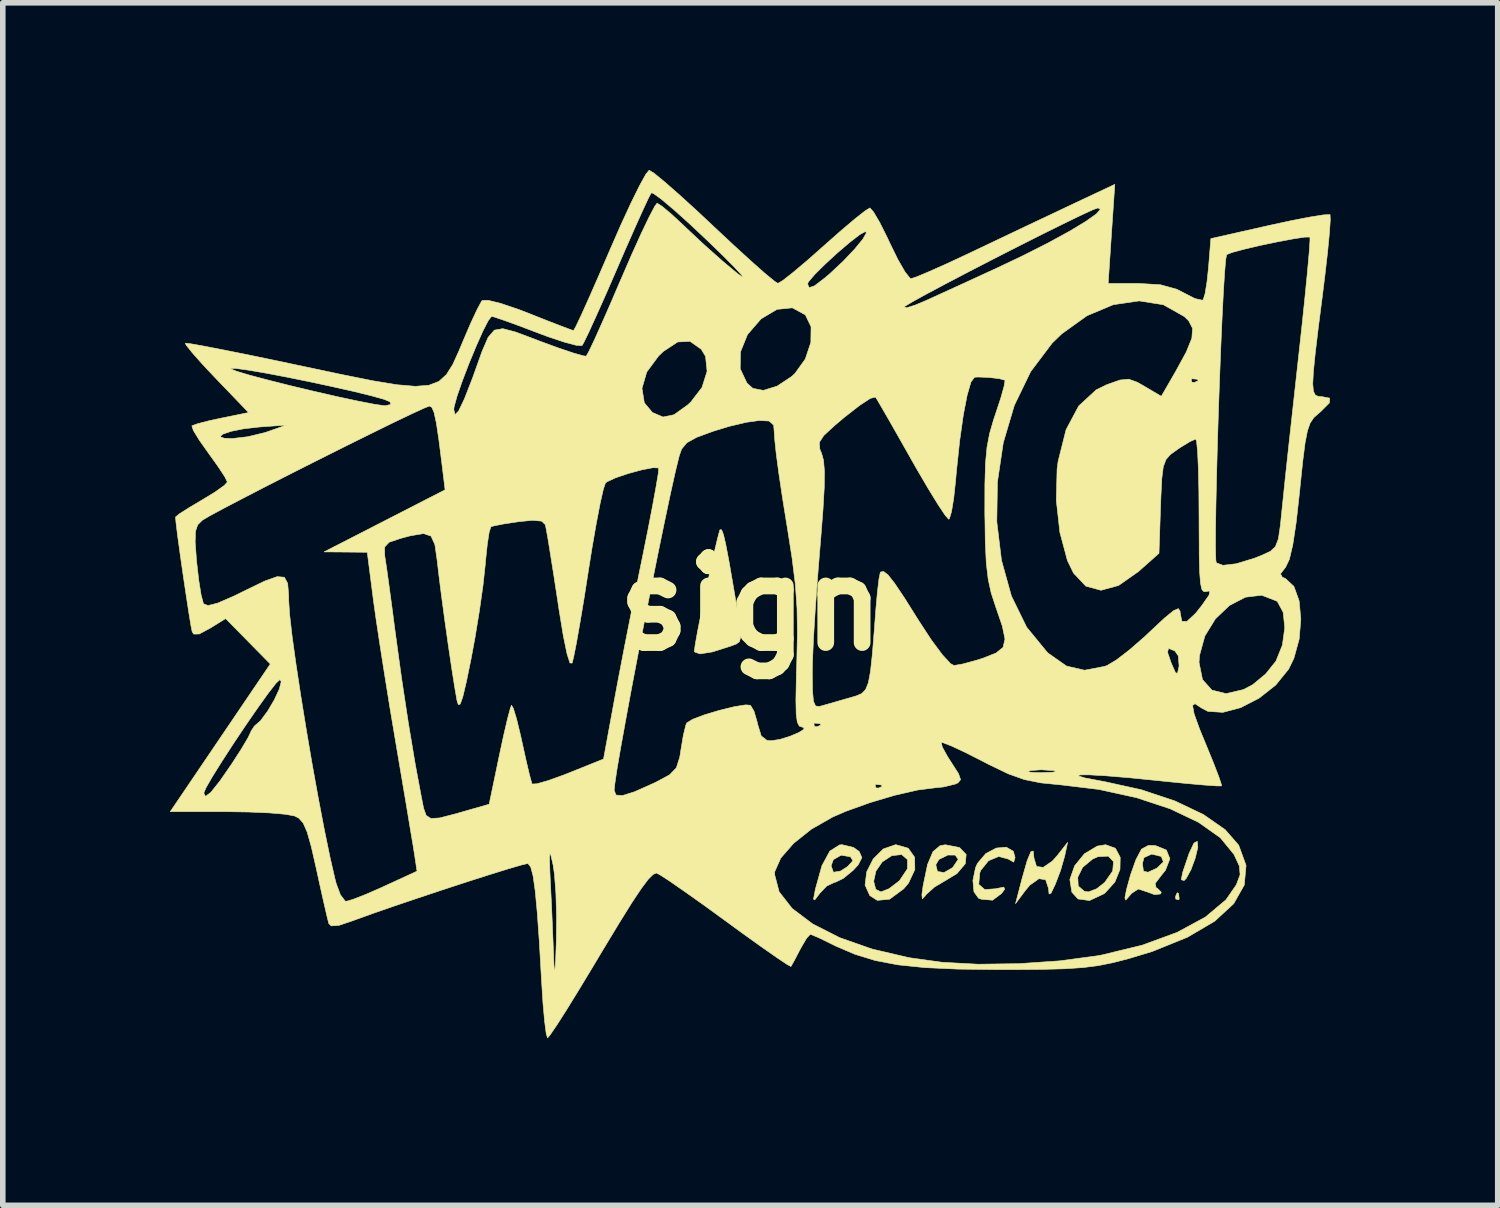
<source format=kicad_pcb>
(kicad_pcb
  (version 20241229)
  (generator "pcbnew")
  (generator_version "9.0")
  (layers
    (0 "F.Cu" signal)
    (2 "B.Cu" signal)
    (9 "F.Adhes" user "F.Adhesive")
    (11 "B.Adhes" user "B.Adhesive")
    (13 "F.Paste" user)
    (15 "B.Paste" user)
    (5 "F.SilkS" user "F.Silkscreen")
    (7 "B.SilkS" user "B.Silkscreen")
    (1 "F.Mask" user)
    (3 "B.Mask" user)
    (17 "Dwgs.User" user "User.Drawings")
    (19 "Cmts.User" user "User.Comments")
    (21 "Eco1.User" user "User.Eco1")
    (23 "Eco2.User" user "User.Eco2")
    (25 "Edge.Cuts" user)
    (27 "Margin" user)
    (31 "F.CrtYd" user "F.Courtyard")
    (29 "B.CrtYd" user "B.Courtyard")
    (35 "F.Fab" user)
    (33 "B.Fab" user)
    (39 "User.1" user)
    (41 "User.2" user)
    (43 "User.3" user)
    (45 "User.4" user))
  (footprint "sign"
    (layer "F.Cu")
    (at 10.429 7.794)
    (property "Reference" "sign" (at 0 0 0) (layer "F.SilkS") (effects (font (size 1.524 1.524) (thickness 0.3))))
    (attr through_hole)
    (fp_poly (pts (xy 7.676 5.193) (xy 7.687 5.293) (xy 7.676 5.306) (xy 7.626 5.294) (xy 7.62 5.249) (xy 7.651 5.18) (xy 7.676 5.193)) (stroke (width 0.01) (type solid)) (fill yes) (layer "F.SilkS"))
    (fp_poly (pts (xy 8.012 4.258) (xy 8.021 4.366) (xy 7.975 4.558) (xy 7.898 4.766) (xy 7.812 4.924) (xy 7.774 4.962) (xy 7.724 4.946) (xy 7.749 4.815) (xy 7.865 4.473) (xy 7.951 4.289) (xy 8.01 4.257) (xy 8.012 4.258)) (stroke (width 0.01) (type solid)) (fill yes) (layer "F.SilkS"))
    (fp_poly (pts (xy 5.632 4.52) (xy 5.557 4.781) (xy 5.463 5.028) (xy 5.386 5.189) (xy 5.351 5.203) (xy 5.341 5.101) (xy 5.289 4.946) (xy 5.169 4.928) (xy 5.005 5.044) (xy 4.922 5.144) (xy 4.749 5.376) (xy 4.867 4.923) (xy 4.957 4.608) (xy 5.025 4.442) (xy 5.067 4.431) (xy 5.08 4.558) (xy 5.126 4.708) (xy 5.245 4.725) (xy 5.411 4.611) (xy 5.502 4.508) (xy 5.684 4.276) (xy 5.632 4.52)) (stroke (width 0.01) (type solid)) (fill yes) (layer "F.SilkS"))
    (fp_poly (pts (xy 4.71 4.436) (xy 4.741 4.549) (xy 4.716 4.631) (xy 4.62 4.576) (xy 4.449 4.529) (xy 4.265 4.605) (xy 4.126 4.776) (xy 4.107 4.825) (xy 4.089 5.03) (xy 4.197 5.123) (xy 4.387 5.109) (xy 4.539 5.079) (xy 4.554 5.118) (xy 4.498 5.193) (xy 4.337 5.314) (xy 4.134 5.296) (xy 4.085 5.278) (xy 4.003 5.164) (xy 3.984 4.96) (xy 4.031 4.731) (xy 4.066 4.653) (xy 4.215 4.477) (xy 4.403 4.378) (xy 4.583 4.362) (xy 4.71 4.436)) (stroke (width 0.01) (type solid)) (fill yes) (layer "F.SilkS"))
    (fp_poly (pts (xy -0.526 -1.333) (xy -0.494 -1.252) (xy -0.452 -1.072) (xy -0.395 -0.774) (xy -0.319 -0.334) (xy -0.298 -0.212) (xy -0.232 0.181) (xy -0.193 0.439) (xy -0.184 0.592) (xy -0.207 0.674) (xy -0.263 0.716) (xy -0.355 0.75) (xy -0.36 0.752) (xy -0.69 0.857) (xy -0.915 0.893) (xy -1.013 0.858) (xy -1.016 0.843) (xy -0.999 0.717) (xy -0.955 0.473) (xy -0.891 0.149) (xy -0.815 -0.216) (xy -0.736 -0.584) (xy -0.662 -0.916) (xy -0.601 -1.174) (xy -0.562 -1.32) (xy -0.554 -1.337) (xy -0.526 -1.333)) (stroke (width 0.01) (type solid)) (fill yes) (layer "F.SilkS"))
    (fp_poly (pts (xy 3.744 4.369) (xy 3.863 4.493) (xy 3.848 4.659) (xy 3.698 4.836) (xy 3.513 4.948) (xy 3.296 5.077) (xy 3.143 5.213) (xy 3.131 5.231) (xy 3.077 5.291) (xy 3.068 5.216) (xy 3.091 5.05) (xy 3.169 4.678) (xy 3.318 4.678) (xy 3.348 4.798) (xy 3.466 4.818) (xy 3.618 4.73) (xy 3.624 4.724) (xy 3.72 4.58) (xy 3.666 4.504) (xy 3.536 4.503) (xy 3.374 4.582) (xy 3.318 4.678) (xy 3.169 4.678) (xy 3.17 4.673) (xy 3.267 4.442) (xy 3.395 4.335) (xy 3.49 4.319) (xy 3.744 4.369)) (stroke (width 0.01) (type solid)) (fill yes) (layer "F.SilkS"))
    (fp_poly (pts (xy 1.839 4.366) (xy 1.944 4.441) (xy 1.991 4.55) (xy 1.926 4.678) (xy 1.832 4.78) (xy 1.656 4.924) (xy 1.509 4.994) (xy 1.496 4.995) (xy 1.361 5.059) (xy 1.239 5.186) (xy 1.145 5.309) (xy 1.123 5.295) (xy 1.154 5.129) (xy 1.155 5.122) (xy 1.273 4.697) (xy 1.273 4.696) (xy 1.439 4.696) (xy 1.48 4.812) (xy 1.608 4.791) (xy 1.732 4.712) (xy 1.83 4.606) (xy 1.787 4.535) (xy 1.619 4.506) (xy 1.479 4.586) (xy 1.439 4.696) (xy 1.273 4.696) (xy 1.416 4.432) (xy 1.59 4.322) (xy 1.636 4.318) (xy 1.839 4.366)) (stroke (width 0.01) (type solid)) (fill yes) (layer "F.SilkS"))
    (fp_poly (pts (xy 2.823 4.381) (xy 2.938 4.543) (xy 2.942 4.765) (xy 2.828 5.008) (xy 2.74 5.111) (xy 2.488 5.296) (xy 2.268 5.317) (xy 2.134 5.232) (xy 2.048 5.042) (xy 2.057 4.975) (xy 2.203 4.975) (xy 2.24 5.119) (xy 2.332 5.165) (xy 2.478 5.108) (xy 2.656 4.972) (xy 2.67 4.958) (xy 2.809 4.75) (xy 2.81 4.585) (xy 2.705 4.495) (xy 2.527 4.515) (xy 2.356 4.627) (xy 2.243 4.792) (xy 2.203 4.975) (xy 2.057 4.975) (xy 2.077 4.806) (xy 2.195 4.573) (xy 2.375 4.394) (xy 2.593 4.318) (xy 2.604 4.318) (xy 2.823 4.381)) (stroke (width 0.01) (type solid)) (fill yes) (layer "F.SilkS"))
    (fp_poly (pts (xy 6.542 4.382) (xy 6.628 4.544) (xy 6.624 4.761) (xy 6.532 4.989) (xy 6.354 5.186) (xy 6.337 5.198) (xy 6.077 5.32) (xy 5.871 5.292) (xy 5.76 5.17) (xy 5.724 4.942) (xy 5.738 4.901) (xy 5.866 4.901) (xy 5.875 5.06) (xy 5.985 5.155) (xy 6.059 5.165) (xy 6.205 5.109) (xy 6.35 4.995) (xy 6.493 4.79) (xy 6.508 4.621) (xy 6.414 4.523) (xy 6.228 4.533) (xy 6.132 4.576) (xy 5.954 4.724) (xy 5.866 4.901) (xy 5.738 4.901) (xy 5.81 4.696) (xy 5.985 4.481) (xy 6.216 4.343) (xy 6.366 4.318) (xy 6.542 4.382)) (stroke (width 0.01) (type solid)) (fill yes) (layer "F.SilkS"))
    (fp_poly (pts (xy 7.258 4.333) (xy 7.457 4.413) (xy 7.52 4.571) (xy 7.44 4.777) (xy 7.367 4.867) (xy 7.255 5.014) (xy 7.272 5.09) (xy 7.296 5.102) (xy 7.365 5.17) (xy 7.352 5.202) (xy 7.244 5.214) (xy 7.112 5.165) (xy 6.952 5.113) (xy 6.832 5.192) (xy 6.807 5.221) (xy 6.728 5.312) (xy 6.712 5.273) (xy 6.741 5.122) (xy 6.814 4.858) (xy 6.885 4.657) (xy 7.027 4.657) (xy 7.045 4.793) (xy 7.127 4.812) (xy 7.289 4.737) (xy 7.403 4.626) (xy 7.365 4.529) (xy 7.193 4.487) (xy 7.192 4.487) (xy 7.054 4.55) (xy 7.027 4.657) (xy 6.885 4.657) (xy 6.91 4.587) (xy 7.01 4.397) (xy 7.135 4.33) (xy 7.258 4.333)) (stroke (width 0.01) (type solid)) (fill yes) (layer "F.SilkS"))
    (fp_poly (pts (xy -1.738 -7.734) (xy -1.549 -7.579) (xy -1.282 -7.345) (xy -0.958 -7.05) (xy -0.663 -6.773) (xy -0.31 -6.443) (xy 0.003 -6.157) (xy 0.254 -5.935) (xy 0.423 -5.796) (xy 0.484 -5.757) (xy 0.574 -5.811) (xy 0.76 -5.957) (xy 1.016 -6.173) (xy 1.312 -6.435) (xy 1.61 -6.698) (xy 1.865 -6.914) (xy 2.049 -7.059) (xy 2.135 -7.112) (xy 2.2 -7.04) (xy 2.312 -6.85) (xy 2.449 -6.576) (xy 2.495 -6.477) (xy 2.638 -6.185) (xy 2.766 -5.963) (xy 2.856 -5.85) (xy 2.873 -5.842) (xy 2.979 -5.877) (xy 3.205 -5.972) (xy 3.521 -6.113) (xy 3.894 -6.287) (xy 3.957 -6.317) (xy 4.43 -6.542) (xy 4.941 -6.785) (xy 5.422 -7.012) (xy 5.742 -7.164) (xy 6.531 -7.535) (xy 6.471 -6.646) (xy 6.412 -5.757) (xy 6.952 -5.757) (xy 7.35 -5.733) (xy 7.644 -5.652) (xy 7.778 -5.583) (xy 7.97 -5.485) (xy 8.099 -5.456) (xy 8.116 -5.463) (xy 8.151 -5.57) (xy 8.187 -5.794) (xy 8.213 -6.039) (xy 8.255 -6.561) (xy 9.303 -6.798) (xy 9.701 -6.884) (xy 10.037 -6.949) (xy 10.278 -6.987) (xy 10.391 -6.992) (xy 10.395 -6.99) (xy 10.399 -6.896) (xy 10.383 -6.662) (xy 10.35 -6.317) (xy 10.301 -5.89) (xy 10.256 -5.526) (xy 10.18 -4.933) (xy 10.127 -4.487) (xy 10.095 -4.167) (xy 10.084 -3.952) (xy 10.096 -3.821) (xy 10.129 -3.754) (xy 10.183 -3.729) (xy 10.245 -3.725) (xy 10.388 -3.698) (xy 10.383 -3.612) (xy 10.229 -3.458) (xy 10.192 -3.427) (xy 10.103 -3.348) (xy 10.038 -3.252) (xy 9.988 -3.11) (xy 9.946 -2.893) (xy 9.905 -2.571) (xy 9.857 -2.114) (xy 9.849 -2.029) (xy 9.787 -1.471) (xy 9.726 -1.067) (xy 9.664 -0.803) (xy 9.597 -0.663) (xy 9.594 -0.66) (xy 9.505 -0.543) (xy 9.538 -0.484) (xy 9.594 -0.46) (xy 9.746 -0.318) (xy 9.839 -0.06) (xy 9.87 0.27) (xy 9.84 0.629) (xy 9.745 0.974) (xy 9.651 1.167) (xy 9.419 1.453) (xy 9.119 1.689) (xy 8.79 1.858) (xy 8.472 1.942) (xy 8.203 1.925) (xy 8.084 1.862) (xy 7.971 1.787) (xy 7.927 1.818) (xy 7.954 1.967) (xy 8.054 2.245) (xy 8.174 2.536) (xy 8.302 2.849) (xy 8.397 3.096) (xy 8.445 3.241) (xy 8.448 3.263) (xy 8.36 3.263) (xy 8.135 3.247) (xy 7.807 3.218) (xy 7.406 3.178) (xy 7.324 3.169) (xy 6.792 3.116) (xy 6.372 3.081) (xy 6.073 3.064) (xy 5.904 3.065) (xy 5.875 3.083) (xy 5.994 3.119) (xy 6.271 3.172) (xy 6.338 3.184) (xy 7.006 3.331) (xy 7.609 3.532) (xy 8.12 3.775) (xy 8.512 4.048) (xy 8.755 4.327) (xy 8.887 4.689) (xy 8.855 5.041) (xy 8.665 5.377) (xy 8.323 5.692) (xy 7.834 5.979) (xy 7.205 6.234) (xy 6.772 6.365) (xy 6.495 6.436) (xy 6.237 6.488) (xy 5.962 6.523) (xy 5.636 6.545) (xy 5.225 6.556) (xy 4.692 6.56) (xy 4.445 6.56) (xy 3.714 6.551) (xy 3.122 6.524) (xy 2.637 6.474) (xy 2.229 6.396) (xy 1.867 6.285) (xy 1.521 6.137) (xy 1.427 6.09) (xy 1.22 5.989) (xy 1.084 5.932) (xy 1.064 5.927) (xy 1.001 5.994) (xy 0.902 6.161) (xy 0.88 6.202) (xy 0.783 6.389) (xy 0.722 6.497) (xy 0.717 6.504) (xy 0.645 6.465) (xy 0.46 6.341) (xy 0.184 6.148) (xy -0.161 5.901) (xy -0.466 5.678) (xy -0.853 5.397) (xy -1.193 5.156) (xy -1.463 4.969) (xy -1.639 4.855) (xy -1.649 4.85) (xy 0.424 4.85) (xy 0.506 5.163) (xy 0.74 5.463) (xy 1.108 5.74) (xy 1.592 5.986) (xy 2.176 6.191) (xy 2.84 6.346) (xy 3.429 6.428) (xy 4.077 6.463) (xy 4.809 6.453) (xy 5.549 6.402) (xy 6.218 6.312) (xy 6.295 6.298) (xy 7.024 6.121) (xy 7.651 5.891) (xy 8.158 5.616) (xy 8.527 5.306) (xy 8.712 5.038) (xy 8.78 4.857) (xy 8.767 4.701) (xy 8.67 4.492) (xy 8.425 4.193) (xy 8.035 3.917) (xy 7.526 3.674) (xy 6.921 3.474) (xy 6.246 3.326) (xy 5.575 3.245) (xy 5.202 3.208) (xy 4.905 3.148) (xy 4.617 3.045) (xy 4.539 3.007) (xy 4.959 3.007) (xy 5.05 3.02) (xy 5.207 3.024) (xy 5.408 3.018) (xy 5.481 3.003) (xy 5.441 2.988) (xy 5.209 2.973) (xy 5.018 2.987) (xy 4.959 3.007) (xy 4.539 3.007) (xy 4.271 2.878) (xy 4.159 2.82) (xy 3.85 2.663) (xy 3.601 2.547) (xy 3.447 2.487) (xy 3.414 2.484) (xy 3.436 2.568) (xy 3.532 2.741) (xy 3.599 2.845) (xy 3.727 3.045) (xy 3.763 3.151) (xy 3.715 3.208) (xy 3.666 3.23) (xy 3.457 3.281) (xy 3.307 3.296) (xy 2.994 3.336) (xy 2.584 3.43) (xy 2.136 3.563) (xy 1.707 3.717) (xy 1.469 3.82) (xy 1.086 4.038) (xy 0.765 4.294) (xy 0.536 4.557) (xy 0.428 4.799) (xy 0.424 4.85) (xy -1.649 4.85) (xy -1.697 4.826) (xy -1.757 4.852) (xy -1.844 4.939) (xy -1.968 5.104) (xy -2.139 5.361) (xy -2.367 5.727) (xy -2.663 6.216) (xy -2.836 6.506) (xy -3.086 6.919) (xy -3.307 7.278) (xy -3.485 7.557) (xy -3.606 7.734) (xy -3.651 7.786) (xy -3.675 7.708) (xy -3.703 7.493) (xy -3.732 7.174) (xy -3.757 6.781) (xy -3.759 6.752) (xy -3.798 6.066) (xy -3.836 5.534) (xy -3.873 5.141) (xy -3.911 4.875) (xy -3.953 4.718) (xy -4 4.658) (xy -4.01 4.656) (xy -4.12 4.682) (xy -4.36 4.752) (xy -4.698 4.857) (xy -5.105 4.987) (xy -5.548 5.132) (xy -5.998 5.282) (xy -6.424 5.426) (xy -6.795 5.555) (xy -7.081 5.658) (xy -7.137 5.679) (xy -7.396 5.766) (xy -7.535 5.775) (xy -7.577 5.733) (xy -7.608 5.611) (xy -7.665 5.364) (xy -7.74 5.03) (xy -7.8 4.754) (xy -7.891 4.355) (xy -7.966 4.09) (xy -8.037 3.929) (xy -8.117 3.84) (xy -8.192 3.802) (xy -8.354 3.772) (xy -8.643 3.747) (xy -9.018 3.731) (xy -9.408 3.725) (xy -10.424 3.725) (xy -10.197 3.391) (xy -9.821 3.391) (xy -9.791 3.451) (xy -9.695 3.379) (xy -9.528 3.169) (xy -9.32 2.868) (xy -9.152 2.608) (xy -9.029 2.401) (xy -8.975 2.288) (xy -8.975 2.283) (xy -8.913 2.188) (xy -8.911 2.187) (xy -8.803 2.093) (xy -8.675 1.92) (xy -8.554 1.715) (xy -8.465 1.523) (xy -8.431 1.39) (xy -8.456 1.355) (xy -8.526 1.421) (xy -8.665 1.6) (xy -8.852 1.861) (xy -9.067 2.172) (xy -9.288 2.502) (xy -9.494 2.82) (xy -9.666 3.095) (xy -9.782 3.297) (xy -9.821 3.391) (xy -10.197 3.391) (xy -9.525 2.399) (xy -8.627 1.074) (xy -9.429 0.259) (xy -9.71 0.433) (xy -9.903 0.536) (xy -10.002 0.537) (xy -10.03 0.494) (xy -10.052 0.383) (xy -10.091 0.146) (xy -10.14 -0.175) (xy -10.194 -0.538) (xy -10.246 -0.9) (xy -10.275 -1.115) (xy -9.976 -1.115) (xy -9.953 -0.801) (xy -9.948 -0.747) (xy -9.911 -0.425) (xy -9.869 -0.164) (xy -9.829 -0.014) (xy -9.824 -0.005) (xy -9.745 0.025) (xy -9.571 -0.019) (xy -9.285 -0.143) (xy -9.079 -0.244) (xy -8.731 -0.413) (xy -8.505 -0.494) (xy -8.375 -0.483) (xy -8.315 -0.372) (xy -8.298 -0.157) (xy -8.297 -0.068) (xy -8.281 0.182) (xy -8.237 0.567) (xy -8.169 1.058) (xy -8.083 1.625) (xy -7.984 2.237) (xy -7.877 2.866) (xy -7.766 3.48) (xy -7.657 4.05) (xy -7.555 4.545) (xy -7.465 4.936) (xy -7.444 5.016) (xy -7.368 5.219) (xy -7.284 5.328) (xy -7.264 5.334) (xy -7.145 5.3) (xy -6.919 5.212) (xy -6.63 5.086) (xy -6.581 5.063) (xy -5.994 4.793) (xy -6.028 4.565) (xy -3.616 4.565) (xy -3.609 4.804) (xy -3.596 5.072) (xy -3.575 5.507) (xy -3.556 5.958) (xy -3.541 6.343) (xy -3.538 6.427) (xy -3.529 6.574) (xy -3.518 6.562) (xy -3.506 6.399) (xy -3.495 6.095) (xy -3.493 6.037) (xy -3.489 5.604) (xy -3.501 5.189) (xy -3.527 4.848) (xy -3.551 4.682) (xy -3.589 4.517) (xy -3.61 4.474) (xy -3.616 4.565) (xy -6.028 4.565) (xy -6.039 4.492) (xy -6.067 4.318) (xy -6.119 4.008) (xy -6.188 3.591) (xy -6.271 3.1) (xy -6.362 2.563) (xy -6.38 2.455) (xy -6.479 1.867) (xy -6.574 1.275) (xy -6.661 0.721) (xy -6.732 0.247) (xy -6.781 -0.102) (xy -6.781 -0.106) (xy -6.887 -0.931) (xy -7.275 -0.935) (xy -7.662 -0.938) (xy -7.494 -1.024) (xy -6.576 -1.024) (xy -6.573 -0.866) (xy -6.566 -0.821) (xy -6.537 -0.63) (xy -6.494 -0.317) (xy -6.441 0.075) (xy -6.39 0.466) (xy -6.275 1.304) (xy -6.15 2.13) (xy -6.023 2.888) (xy -5.918 3.45) (xy -5.876 3.663) (xy -5.829 3.793) (xy -5.744 3.847) (xy -5.587 3.837) (xy -5.325 3.77) (xy -5.038 3.688) (xy -4.699 3.591) (xy -4.647 3.342) (xy -2.455 3.342) (xy -2.422 3.426) (xy -2.308 3.436) (xy -2.093 3.369) (xy -1.816 3.246) (xy 2.23 3.246) (xy 2.241 3.296) (xy 2.286 3.302) (xy 2.356 3.271) (xy 2.342 3.246) (xy 2.242 3.235) (xy 2.23 3.246) (xy -1.816 3.246) (xy -1.756 3.219) (xy -1.693 3.189) (xy -1.461 3.064) (xy -1.339 2.938) (xy -1.278 2.747) (xy -1.256 2.608) (xy -1.214 2.356) (xy -1.17 2.175) (xy -1.153 2.133) (xy -1.047 2.067) (xy -0.833 1.986) (xy -0.566 1.906) (xy -0.301 1.841) (xy -0.095 1.808) (xy -0.009 1.815) (xy 0.055 1.922) (xy 0.114 2.124) (xy 0.121 2.158) (xy 0.184 2.365) (xy 0.288 2.445) (xy 0.364 2.452) (xy 0.522 2.427) (xy 0.703 2.371) (xy 0.862 2.303) (xy 0.955 2.243) (xy 0.938 2.21) (xy 0.922 2.208) (xy 0.867 2.188) (xy 0.845 2.145) (xy 1.129 2.145) (xy 1.141 2.195) (xy 1.185 2.201) (xy 1.255 2.17) (xy 1.242 2.145) (xy 1.141 2.135) (xy 1.129 2.145) (xy 0.845 2.145) (xy 0.832 2.118) (xy 0.812 1.972) (xy 0.807 1.724) (xy 0.814 1.348) (xy 0.817 1.227) (xy 1.101 1.227) (xy 1.105 1.554) (xy 1.122 1.744) (xy 1.16 1.828) (xy 1.227 1.837) (xy 1.249 1.831) (xy 1.422 1.782) (xy 1.672 1.71) (xy 1.752 1.687) (xy 1.887 1.648) (xy 1.986 1.606) (xy 2.058 1.534) (xy 2.108 1.409) (xy 2.146 1.206) (xy 2.179 0.9) (xy 2.214 0.467) (xy 2.242 0.09) (xy 2.27 -0.218) (xy 2.298 -0.453) (xy 2.322 -0.57) (xy 2.325 -0.575) (xy 2.378 -0.588) (xy 2.459 -0.527) (xy 2.58 -0.373) (xy 2.757 -0.109) (xy 3.004 0.284) (xy 3.009 0.292) (xy 3.239 0.644) (xy 3.437 0.91) (xy 3.583 1.068) (xy 3.645 1.101) (xy 3.802 1.074) (xy 4.045 1.008) (xy 4.176 0.966) (xy 4.4 0.877) (xy 4.525 0.776) (xy 4.56 0.627) (xy 4.512 0.394) (xy 4.391 0.041) (xy 4.389 0.034) (xy 4.311 -0.204) (xy 4.258 -0.448) (xy 4.224 -0.739) (xy 4.206 -1.116) (xy 4.201 -1.478) (xy 4.413 -1.478) (xy 4.497 -0.787) (xy 4.675 -0.146) (xy 4.949 0.414) (xy 5.319 0.865) (xy 5.337 0.881) (xy 5.664 1.111) (xy 5.988 1.186) (xy 6.352 1.116) (xy 6.395 1.1) (xy 6.559 1.002) (xy 6.74 0.863) (xy 7.477 0.863) (xy 7.546 1.063) (xy 7.548 1.068) (xy 7.62 1.229) (xy 7.656 1.243) (xy 7.684 1.117) (xy 7.685 1.11) (xy 7.68 1.048) (xy 8.043 1.048) (xy 8.105 1.354) (xy 8.274 1.543) (xy 8.528 1.606) (xy 8.841 1.533) (xy 9.007 1.445) (xy 9.238 1.254) (xy 9.423 1.023) (xy 9.424 1.021) (xy 9.539 0.735) (xy 9.582 0.424) (xy 9.553 0.146) (xy 9.451 -0.043) (xy 9.434 -0.057) (xy 9.167 -0.16) (xy 8.876 -0.125) (xy 8.589 0.024) (xy 8.337 0.264) (xy 8.147 0.573) (xy 8.05 0.926) (xy 8.043 1.048) (xy 7.68 1.048) (xy 7.671 0.929) (xy 7.609 0.84) (xy 7.496 0.793) (xy 7.477 0.863) (xy 6.74 0.863) (xy 6.798 0.818) (xy 7.069 0.582) (xy 7.163 0.493) (xy 7.423 0.25) (xy 7.586 0.117) (xy 7.672 0.08) (xy 7.703 0.128) (xy 7.705 0.156) (xy 7.734 0.307) (xy 7.824 0.311) (xy 7.981 0.165) (xy 8.091 0.027) (xy 8.222 -0.161) (xy 8.237 -0.237) (xy 8.186 -0.229) (xy 8.133 -0.222) (xy 8.095 -0.261) (xy 8.07 -0.37) (xy 8.054 -0.572) (xy 8.046 -0.888) (xy 8.046 -1.003) (xy 8.338 -1.003) (xy 8.344 -0.797) (xy 8.352 -0.742) (xy 8.473 -0.697) (xy 8.71 -0.725) (xy 9.029 -0.822) (xy 9.172 -0.878) (xy 9.323 -0.948) (xy 9.414 -1.032) (xy 9.468 -1.174) (xy 9.503 -1.415) (xy 9.524 -1.622) (xy 9.551 -1.881) (xy 9.592 -2.277) (xy 9.646 -2.777) (xy 9.709 -3.351) (xy 9.777 -3.967) (xy 9.825 -4.401) (xy 9.889 -4.985) (xy 9.944 -5.512) (xy 9.988 -5.959) (xy 10.019 -6.302) (xy 10.034 -6.52) (xy 10.034 -6.589) (xy 9.941 -6.588) (xy 9.731 -6.556) (xy 9.45 -6.503) (xy 9.143 -6.439) (xy 8.858 -6.372) (xy 8.641 -6.314) (xy 8.538 -6.274) (xy 8.521 -6.179) (xy 8.501 -5.939) (xy 8.479 -5.58) (xy 8.456 -5.124) (xy 8.433 -4.598) (xy 8.411 -4.026) (xy 8.39 -3.433) (xy 8.372 -2.842) (xy 8.357 -2.279) (xy 8.346 -1.769) (xy 8.339 -1.335) (xy 8.338 -1.003) (xy 8.046 -1.003) (xy 8.044 -1.342) (xy 8.043 -1.569) (xy 8.04 -2.033) (xy 8.031 -2.432) (xy 8.017 -2.738) (xy 7.999 -2.922) (xy 7.985 -2.963) (xy 7.884 -2.92) (xy 7.705 -2.811) (xy 7.654 -2.776) (xy 7.529 -2.686) (xy 7.449 -2.595) (xy 7.401 -2.465) (xy 7.375 -2.259) (xy 7.359 -1.939) (xy 7.352 -1.75) (xy 7.324 -0.912) (xy 6.953 -0.583) (xy 6.599 -0.335) (xy 6.283 -0.249) (xy 6.011 -0.323) (xy 5.79 -0.557) (xy 5.68 -0.784) (xy 5.545 -1.289) (xy 5.481 -1.864) (xy 5.495 -2.425) (xy 5.513 -2.561) (xy 5.656 -3.131) (xy 5.883 -3.557) (xy 6.195 -3.845) (xy 6.388 -3.94) (xy 6.625 -4.023) (xy 6.782 -4.038) (xy 6.935 -3.983) (xy 7.066 -3.908) (xy 7.366 -3.731) (xy 7.542 -4.036) (xy 7.902 -4.036) (xy 7.914 -3.985) (xy 7.959 -3.979) (xy 8.028 -4.01) (xy 8.015 -4.036) (xy 7.915 -4.046) (xy 7.902 -4.036) (xy 7.542 -4.036) (xy 7.621 -4.173) (xy 7.814 -4.526) (xy 7.914 -4.774) (xy 7.927 -4.95) (xy 7.857 -5.086) (xy 7.777 -5.163) (xy 7.403 -5.374) (xy 6.969 -5.443) (xy 6.504 -5.375) (xy 6.032 -5.177) (xy 5.58 -4.853) (xy 5.406 -4.685) (xy 5.021 -4.174) (xy 4.728 -3.569) (xy 4.529 -2.898) (xy 4.424 -2.192) (xy 4.413 -1.478) (xy 4.201 -1.478) (xy 4.198 -1.62) (xy 4.198 -1.651) (xy 4.199 -2.152) (xy 4.21 -2.526) (xy 4.237 -2.816) (xy 4.284 -3.064) (xy 4.356 -3.312) (xy 4.39 -3.413) (xy 4.484 -3.698) (xy 4.544 -3.913) (xy 4.561 -4.016) (xy 4.56 -4.019) (xy 4.459 -4.047) (xy 4.272 -4.069) (xy 4.079 -4.077) (xy 4.013 -4.073) (xy 3.949 -3.987) (xy 3.881 -3.753) (xy 3.812 -3.396) (xy 3.747 -2.938) (xy 3.69 -2.402) (xy 3.674 -2.223) (xy 3.64 -1.903) (xy 3.6 -1.66) (xy 3.562 -1.534) (xy 3.55 -1.524) (xy 3.487 -1.594) (xy 3.359 -1.786) (xy 3.182 -2.074) (xy 2.972 -2.433) (xy 2.875 -2.603) (xy 2.658 -2.987) (xy 2.471 -3.315) (xy 2.329 -3.561) (xy 2.249 -3.697) (xy 2.237 -3.716) (xy 2.146 -3.695) (xy 1.953 -3.569) (xy 1.676 -3.353) (xy 1.495 -3.2) (xy 1.306 -3.025) (xy 1.227 -2.903) (xy 1.236 -2.783) (xy 1.269 -2.703) (xy 1.303 -2.58) (xy 1.319 -2.386) (xy 1.316 -2.099) (xy 1.293 -1.695) (xy 1.251 -1.153) (xy 1.234 -0.953) (xy 1.19 -0.405) (xy 1.152 0.136) (xy 1.122 0.627) (xy 1.105 1.024) (xy 1.101 1.227) (xy 0.817 1.227) (xy 0.823 1.037) (xy 0.834 0.516) (xy 0.827 0.073) (xy 0.797 -0.353) (xy 0.739 -0.821) (xy 0.65 -1.39) (xy 0.642 -1.436) (xy 0.566 -1.91) (xy 0.501 -2.345) (xy 0.453 -2.706) (xy 0.427 -2.954) (xy 0.423 -3.024) (xy 0.408 -3.214) (xy 0.326 -3.287) (xy 0.148 -3.296) (xy -0.077 -3.265) (xy -0.388 -3.192) (xy -0.673 -3.105) (xy -0.973 -2.995) (xy -1.15 -2.897) (xy -1.245 -2.783) (xy -1.286 -2.667) (xy -1.353 -2.394) (xy -1.441 -2) (xy -1.545 -1.509) (xy -1.661 -0.946) (xy -1.784 -0.335) (xy -1.91 0.299) (xy -2.033 0.933) (xy -2.149 1.542) (xy -2.252 2.101) (xy -2.34 2.586) (xy -2.406 2.973) (xy -2.445 3.237) (xy -2.455 3.342) (xy -4.647 3.342) (xy -4.518 2.723) (xy -4.44 2.36) (xy -4.371 2.064) (xy -4.319 1.87) (xy -4.298 1.814) (xy -4.264 1.872) (xy -4.207 2.061) (xy -4.138 2.345) (xy -4.109 2.475) (xy -4.037 2.801) (xy -3.976 3.06) (xy -3.935 3.21) (xy -3.928 3.229) (xy -3.841 3.224) (xy -3.637 3.166) (xy -3.357 3.065) (xy -3.271 3.031) (xy -2.646 2.78) (xy -2.457 1.75) (xy -2.375 1.312) (xy -2.269 0.761) (xy -2.149 0.153) (xy -2.026 -0.461) (xy -1.947 -0.847) (xy -1.848 -1.338) (xy -1.765 -1.77) (xy -1.702 -2.115) (xy -1.663 -2.348) (xy -1.655 -2.443) (xy -1.655 -2.444) (xy -1.756 -2.449) (xy -1.957 -2.411) (xy -2.2 -2.345) (xy -2.429 -2.268) (xy -2.584 -2.196) (xy -2.612 -2.173) (xy -2.65 -2.06) (xy -2.707 -1.809) (xy -2.776 -1.449) (xy -2.853 -1.008) (xy -2.919 -0.593) (xy -2.996 -0.1) (xy -3.07 0.342) (xy -3.134 0.705) (xy -3.184 0.956) (xy -3.21 1.058) (xy -3.249 1.056) (xy -3.302 0.889) (xy -3.37 0.556) (xy -3.452 0.055) (xy -3.466 -0.043) (xy -3.535 -0.494) (xy -3.598 -0.89) (xy -3.648 -1.199) (xy -3.683 -1.388) (xy -3.691 -1.426) (xy -3.757 -1.49) (xy -3.921 -1.505) (xy -4.17 -1.48) (xy -4.43 -1.441) (xy -4.614 -1.405) (xy -4.667 -1.389) (xy -4.698 -1.296) (xy -4.732 -1.077) (xy -4.764 -0.775) (xy -4.77 -0.7) (xy -4.809 -0.34) (xy -4.874 0.119) (xy -4.955 0.613) (xy -5.022 0.974) (xy -5.108 1.394) (xy -5.172 1.663) (xy -5.218 1.794) (xy -5.253 1.803) (xy -5.275 1.736) (xy -5.314 1.513) (xy -5.369 1.166) (xy -5.432 0.74) (xy -5.497 0.278) (xy -5.558 -0.175) (xy -5.608 -0.575) (xy -5.632 -0.783) (xy -5.673 -1.069) (xy -5.743 -1.222) (xy -5.88 -1.267) (xy -6.122 -1.225) (xy -6.289 -1.18) (xy -6.495 -1.111) (xy -6.576 -1.024) (xy -7.494 -1.024) (xy -6.576 -1.495) (xy -5.49 -2.052) (xy -5.543 -2.486) (xy -5.6 -2.939) (xy -5.646 -3.248) (xy -5.687 -3.438) (xy -5.712 -3.496) (xy -5.334 -3.496) (xy -5.312 -3.402) (xy -5.247 -3.467) (xy -5.141 -3.689) (xy -5.069 -3.875) (xy -1.956 -3.875) (xy -1.914 -3.614) (xy -1.768 -3.44) (xy -1.578 -3.359) (xy -1.381 -3.4) (xy -1.139 -3.573) (xy -1.081 -3.626) (xy -0.879 -3.889) (xy -0.787 -4.18) (xy -0.792 -4.225) (xy -0.193 -4.225) (xy -0.072 -3.969) (xy 0.034 -3.873) (xy 0.222 -3.837) (xy 0.469 -3.913) (xy 0.726 -4.083) (xy 0.789 -4.14) (xy 0.976 -4.4) (xy 1.075 -4.698) (xy 1.079 -4.979) (xy 0.977 -5.191) (xy 0.977 -5.192) (xy 0.743 -5.319) (xy 0.467 -5.291) (xy 0.181 -5.12) (xy -0.062 -4.839) (xy -0.188 -4.528) (xy -0.193 -4.225) (xy -0.792 -4.225) (xy -0.815 -4.447) (xy -0.892 -4.575) (xy -1.093 -4.717) (xy -1.314 -4.706) (xy -1.57 -4.538) (xy -1.659 -4.453) (xy -1.87 -4.167) (xy -1.956 -3.875) (xy -5.069 -3.875) (xy -4.995 -4.064) (xy -4.965 -4.149) (xy -4.826 -4.538) (xy -4.718 -4.788) (xy -4.606 -4.918) (xy -4.454 -4.945) (xy -4.225 -4.885) (xy -3.886 -4.758) (xy -3.796 -4.723) (xy -3.458 -4.599) (xy -3.182 -4.506) (xy -3.003 -4.456) (xy -2.957 -4.451) (xy -2.91 -4.534) (xy -2.808 -4.748) (xy -2.665 -5.067) (xy -2.547 -5.335) (xy 2.753 -5.335) (xy 2.791 -5.319) (xy 2.946 -5.367) (xy 3.148 -5.452) (xy 3.426 -5.579) (xy 3.798 -5.749) (xy 4.202 -5.935) (xy 4.403 -6.027) (xy 4.893 -6.26) (xy 5.337 -6.485) (xy 5.714 -6.691) (xy 6.008 -6.868) (xy 6.2 -7.004) (xy 6.272 -7.089) (xy 6.227 -7.112) (xy 6.128 -7.075) (xy 5.906 -6.972) (xy 5.589 -6.818) (xy 5.201 -6.626) (xy 4.771 -6.409) (xy 4.324 -6.181) (xy 3.887 -5.955) (xy 3.486 -5.745) (xy 3.148 -5.565) (xy 2.9 -5.428) (xy 2.767 -5.348) (xy 2.753 -5.335) (xy -2.547 -5.335) (xy -2.491 -5.464) (xy -2.368 -5.751) (xy 1.016 -5.751) (xy 1.044 -5.681) (xy 1.14 -5.713) (xy 1.326 -5.855) (xy 1.42 -5.935) (xy 1.656 -6.156) (xy 1.86 -6.371) (xy 2.007 -6.55) (xy 2.072 -6.664) (xy 2.056 -6.689) (xy 1.956 -6.635) (xy 1.776 -6.496) (xy 1.555 -6.308) (xy 1.332 -6.103) (xy 1.145 -5.918) (xy 1.033 -5.786) (xy 1.016 -5.751) (xy -2.368 -5.751) (xy -2.33 -5.838) (xy -2.139 -6.279) (xy -1.966 -6.661) (xy -1.824 -6.957) (xy -1.725 -7.144) (xy -1.684 -7.197) (xy -1.595 -7.141) (xy -1.421 -6.995) (xy -1.197 -6.787) (xy -1.151 -6.742) (xy -0.842 -6.453) (xy -0.502 -6.151) (xy -0.237 -5.93) (xy -0.144 -5.865) (xy -0.165 -5.905) (xy -0.29 -6.041) (xy -0.508 -6.261) (xy -0.762 -6.507) (xy -1.094 -6.82) (xy -1.385 -7.081) (xy -1.611 -7.271) (xy -1.753 -7.373) (xy -1.789 -7.383) (xy -1.839 -7.289) (xy -1.943 -7.066) (xy -2.089 -6.741) (xy -2.265 -6.342) (xy -2.408 -6.011) (xy -2.598 -5.574) (xy -2.769 -5.191) (xy -2.906 -4.89) (xy -2.999 -4.698) (xy -3.032 -4.641) (xy -3.131 -4.645) (xy -3.349 -4.703) (xy -3.649 -4.803) (xy -3.839 -4.874) (xy -4.171 -5) (xy -4.442 -5.098) (xy -4.616 -5.156) (xy -4.656 -5.165) (xy -4.714 -5.091) (xy -4.813 -4.899) (xy -4.934 -4.626) (xy -5.063 -4.314) (xy -5.182 -4.003) (xy -5.276 -3.732) (xy -5.328 -3.542) (xy -5.334 -3.496) (xy -5.712 -3.496) (xy -5.727 -3.532) (xy -5.769 -3.556) (xy -5.865 -3.519) (xy -6.087 -3.417) (xy -6.411 -3.262) (xy -6.812 -3.065) (xy -7.265 -2.841) (xy -7.746 -2.6) (xy -8.23 -2.356) (xy -8.693 -2.12) (xy -9.111 -1.904) (xy -9.459 -1.722) (xy -9.712 -1.586) (xy -9.846 -1.507) (xy -9.851 -1.503) (xy -9.93 -1.424) (xy -9.97 -1.309) (xy -9.976 -1.115) (xy -10.275 -1.115) (xy -10.29 -1.22) (xy -10.319 -1.457) (xy -10.329 -1.563) (xy -10.262 -1.619) (xy -10.086 -1.731) (xy -9.864 -1.863) (xy -9.622 -2.01) (xy -9.454 -2.13) (xy -9.398 -2.192) (xy -9.445 -2.288) (xy -9.569 -2.476) (xy -9.736 -2.709) (xy -9.901 -2.942) (xy -9.94 -3.006) (xy -9.53 -3.006) (xy -9.455 -2.978) (xy -9.313 -2.972) (xy -9.033 -3.005) (xy -8.726 -3.079) (xy -8.678 -3.095) (xy -8.34 -3.214) (xy -8.822 -3.18) (xy -9.103 -3.148) (xy -9.331 -3.102) (xy -9.481 -3.051) (xy -9.53 -3.006) (xy -9.94 -3.006) (xy -10.009 -3.119) (xy -10.035 -3.201) (xy -9.938 -3.237) (xy -9.725 -3.292) (xy -9.507 -3.339) (xy -9.017 -3.439) (xy -9.602 -4.048) (xy -9.775 -4.231) (xy -9.337 -4.231) (xy -9.337 -4.223) (xy -9.233 -4.18) (xy -8.998 -4.11) (xy -8.666 -4.022) (xy -8.273 -3.923) (xy -7.851 -3.822) (xy -7.437 -3.727) (xy -7.064 -3.647) (xy -6.767 -3.589) (xy -6.581 -3.562) (xy -6.566 -3.561) (xy -6.461 -3.585) (xy -6.481 -3.633) (xy -6.584 -3.676) (xy -6.809 -3.739) (xy -7.126 -3.817) (xy -7.504 -3.902) (xy -7.912 -3.99) (xy -8.32 -4.073) (xy -8.698 -4.145) (xy -9.013 -4.199) (xy -9.237 -4.23) (xy -9.337 -4.231) (xy -9.775 -4.231) (xy -9.845 -4.306) (xy -10.031 -4.516) (xy -10.138 -4.65) (xy -10.153 -4.684) (xy -10.064 -4.675) (xy -9.832 -4.634) (xy -9.48 -4.566) (xy -9.03 -4.476) (xy -8.506 -4.367) (xy -8.047 -4.27) (xy -7.343 -4.121) (xy -6.785 -4.009) (xy -6.352 -3.938) (xy -6.024 -3.91) (xy -5.781 -3.929) (xy -5.601 -3.998) (xy -5.466 -4.121) (xy -5.353 -4.3) (xy -5.244 -4.54) (xy -5.163 -4.733) (xy -5.031 -5.041) (xy -4.915 -5.289) (xy -4.837 -5.434) (xy -4.824 -5.451) (xy -4.718 -5.454) (xy -4.49 -5.398) (xy -4.174 -5.291) (xy -3.984 -5.218) (xy -3.654 -5.087) (xy -3.388 -4.984) (xy -3.221 -4.922) (xy -3.184 -4.911) (xy -3.142 -4.985) (xy -3.045 -5.19) (xy -2.904 -5.503) (xy -2.73 -5.899) (xy -2.535 -6.35) (xy -2.336 -6.805) (xy -2.153 -7.201) (xy -1.999 -7.513) (xy -1.886 -7.718) (xy -1.827 -7.789) (xy -1.738 -7.734)) (stroke (width 0.01) (type solid)) (fill yes) (layer "F.SilkS")))
  (gr_rect
    (start -3 -3)
    (end 23.833 18.585)
    (stroke (width 0.1) (type default))
    (fill no)
    (layer "Edge.Cuts")))
</source>
